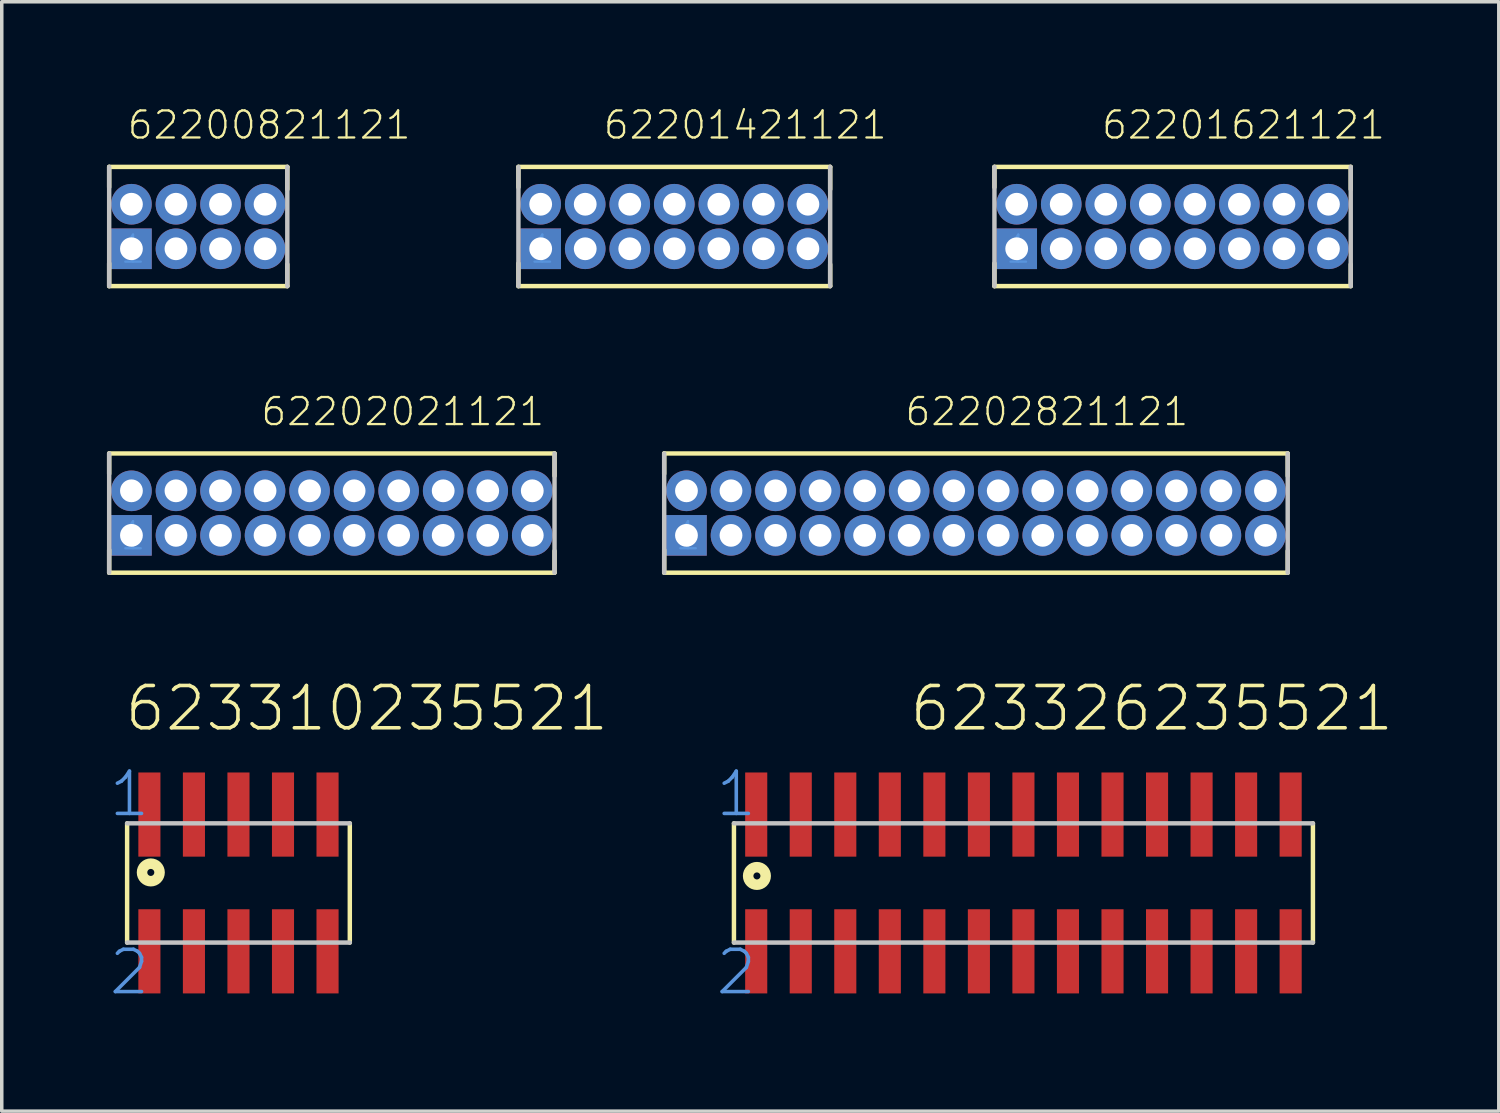
<source format=kicad_pcb>
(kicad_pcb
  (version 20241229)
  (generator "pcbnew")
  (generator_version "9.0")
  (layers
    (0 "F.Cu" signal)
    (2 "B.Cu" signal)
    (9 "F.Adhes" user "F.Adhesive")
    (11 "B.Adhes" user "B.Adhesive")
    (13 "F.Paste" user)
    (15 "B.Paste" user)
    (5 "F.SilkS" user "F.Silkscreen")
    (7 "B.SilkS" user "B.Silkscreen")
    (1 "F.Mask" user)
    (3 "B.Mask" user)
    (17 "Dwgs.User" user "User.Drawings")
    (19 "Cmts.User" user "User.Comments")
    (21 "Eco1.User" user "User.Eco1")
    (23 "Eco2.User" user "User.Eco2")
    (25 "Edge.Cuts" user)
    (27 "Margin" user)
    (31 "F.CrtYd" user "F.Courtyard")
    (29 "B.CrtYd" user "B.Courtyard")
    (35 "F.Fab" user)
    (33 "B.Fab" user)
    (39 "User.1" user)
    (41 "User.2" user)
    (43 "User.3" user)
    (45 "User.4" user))
  (footprint "623326235521"
    (layer "F.Cu")
    (at 26.134 22.128)
    (property "Reference" "623326235521" (at -3.298 -4.272 0) (layer "F.SilkS") (effects (font (size 1.206 1.206) (thickness 0.102)) (justify left bottom)))
    (attr through_hole)
    (fp_line (start -8.255 -1.7) (end -8.255 1.7) (stroke (width 0.127) (type solid)) (layer "F.SilkS"))
    (fp_line (start 8.255 1.7) (end 8.255 -1.7) (stroke (width 0.127) (type solid)) (layer "F.SilkS"))
    (fp_circle (center -7.6 -0.2) (end -7.5 -0.2) (stroke (width 0.3) (type solid)) (fill no) (layer "F.SilkS"))
    (fp_line (start -8.255 1.7) (end 8.255 1.7) (stroke (width 0.127) (type solid)) (layer "Dwgs.User"))
    (fp_line (start 8.255 -1.7) (end -8.255 -1.7) (stroke (width 0.127) (type solid)) (layer "Dwgs.User"))
    (fp_text user "1" (at -8.83 -1.83 0) (layer "Cmts.User") (effects (font (size 1.206 1.206) (thickness 0.102)) (justify left bottom)))
    (fp_text user "2" (at -8.83 3.25 0) (layer "Cmts.User") (effects (font (size 1.206 1.206) (thickness 0.102)) (justify left bottom)))
    (pad "1" smd rect (at -7.62 -1.95) (size 0.63 2.4) (layers "F.Cu" "F.Mask" "F.Paste"))
    (pad "2" smd rect (at -7.62 1.95) (size 0.63 2.4) (layers "F.Cu" "F.Mask" "F.Paste"))
    (pad "3" smd rect (at -6.35 -1.95) (size 0.63 2.4) (layers "F.Cu" "F.Mask" "F.Paste"))
    (pad "4" smd rect (at -6.35 1.95) (size 0.63 2.4) (layers "F.Cu" "F.Mask" "F.Paste"))
    (pad "5" smd rect (at -5.08 1.95) (size 0.63 2.4) (layers "F.Cu" "F.Mask" "F.Paste"))
    (pad "6" smd rect (at -5.08 -1.95) (size 0.63 2.4) (layers "F.Cu" "F.Mask" "F.Paste"))
    (pad "7" smd rect (at -3.81 -1.95) (size 0.63 2.4) (layers "F.Cu" "F.Mask" "F.Paste"))
    (pad "8" smd rect (at -3.81 1.95) (size 0.63 2.4) (layers "F.Cu" "F.Mask" "F.Paste"))
    (pad "9" smd rect (at -2.54 -1.95) (size 0.63 2.4) (layers "F.Cu" "F.Mask" "F.Paste"))
    (pad "10" smd rect (at -2.54 1.95) (size 0.63 2.4) (layers "F.Cu" "F.Mask" "F.Paste"))
    (pad "11" smd rect (at -1.27 1.95) (size 0.63 2.4) (layers "F.Cu" "F.Mask" "F.Paste"))
    (pad "12" smd rect (at -1.27 -1.95) (size 0.63 2.4) (layers "F.Cu" "F.Mask" "F.Paste"))
    (pad "13" smd rect (at 0 -1.95) (size 0.63 2.4) (layers "F.Cu" "F.Mask" "F.Paste"))
    (pad "14" smd rect (at 0 1.95) (size 0.63 2.4) (layers "F.Cu" "F.Mask" "F.Paste"))
    (pad "15" smd rect (at 1.27 1.95) (size 0.63 2.4) (layers "F.Cu" "F.Mask" "F.Paste"))
    (pad "16" smd rect (at 1.27 -1.95) (size 0.63 2.4) (layers "F.Cu" "F.Mask" "F.Paste"))
    (pad "17" smd rect (at 2.54 -1.95) (size 0.63 2.4) (layers "F.Cu" "F.Mask" "F.Paste"))
    (pad "18" smd rect (at 2.54 1.95) (size 0.63 2.4) (layers "F.Cu" "F.Mask" "F.Paste"))
    (pad "19" smd rect (at 3.81 -1.95) (size 0.63 2.4) (layers "F.Cu" "F.Mask" "F.Paste"))
    (pad "20" smd rect (at 3.81 1.95) (size 0.63 2.4) (layers "F.Cu" "F.Mask" "F.Paste"))
    (pad "21" smd rect (at 5.08 1.95) (size 0.63 2.4) (layers "F.Cu" "F.Mask" "F.Paste"))
    (pad "22" smd rect (at 5.08 -1.95) (size 0.63 2.4) (layers "F.Cu" "F.Mask" "F.Paste"))
    (pad "23" smd rect (at 6.35 -1.95) (size 0.63 2.4) (layers "F.Cu" "F.Mask" "F.Paste"))
    (pad "24" smd rect (at 6.35 1.95) (size 0.63 2.4) (layers "F.Cu" "F.Mask" "F.Paste"))
    (pad "25" smd rect (at 7.62 -1.95) (size 0.63 2.4) (layers "F.Cu" "F.Mask" "F.Paste"))
    (pad "26" smd rect (at 7.62 1.95) (size 0.63 2.4) (layers "F.Cu" "F.Mask" "F.Paste")))
  (footprint "62201621121"
    (layer "F.Cu")
    (at 30.387 3.409)
    (property "Reference" "62201621121" (at -2.064 -2.441 0) (layer "F.SilkS") (effects (font (size 0.772 0.772) (thickness 0.065)) (justify left bottom)))
    (attr through_hole)
    (fp_line (start -5.08 -1.12) (end -5.08 -1.7) (stroke (width 0.127) (type solid)) (layer "F.SilkS"))
    (fp_line (start -5.08 1.05) (end -5.08 1.7) (stroke (width 0.127) (type solid)) (layer "F.SilkS"))
    (fp_line (start -5.08 1.7) (end 5.08 1.7) (stroke (width 0.127) (type solid)) (layer "F.SilkS"))
    (fp_line (start 5.08 -1.7) (end -5.08 -1.7) (stroke (width 0.127) (type solid)) (layer "F.SilkS"))
    (fp_line (start 5.08 -1.06) (end 5.08 -1.7) (stroke (width 0.127) (type solid)) (layer "F.SilkS"))
    (fp_line (start 5.08 1.08) (end 5.08 1.7) (stroke (width 0.127) (type solid)) (layer "F.SilkS"))
    (fp_line (start -5.08 -1.7) (end -5.08 1.7) (stroke (width 0.127) (type solid)) (layer "Dwgs.User"))
    (fp_line (start 5.08 1.7) (end 5.08 -1.7) (stroke (width 0.127) (type solid)) (layer "Dwgs.User"))
    (fp_text user "1" (at -4.81 1.1 0) (layer "Cmts.User") (effects (font (size 0.772 0.772) (thickness 0.065)) (justify left bottom)))
    (pad "1" thru_hole rect (at -4.445 0.635) (size 1.158 1.158) (drill 0.65) (layers "*.Cu" "*.Mask"))
    (pad "2" thru_hole circle (at -3.175 0.635) (size 1.158 1.158) (drill 0.65) (layers "*.Cu" "*.Mask"))
    (pad "3" thru_hole circle (at -1.905 0.635) (size 1.158 1.158) (drill 0.65) (layers "*.Cu" "*.Mask"))
    (pad "4" thru_hole circle (at -0.635 0.635) (size 1.158 1.158) (drill 0.65) (layers "*.Cu" "*.Mask"))
    (pad "5" thru_hole circle (at 0.635 0.635) (size 1.158 1.158) (drill 0.65) (layers "*.Cu" "*.Mask"))
    (pad "6" thru_hole circle (at 1.905 0.635) (size 1.158 1.158) (drill 0.65) (layers "*.Cu" "*.Mask"))
    (pad "7" thru_hole circle (at 3.175 0.635) (size 1.158 1.158) (drill 0.65) (layers "*.Cu" "*.Mask"))
    (pad "8" thru_hole circle (at 4.445 0.635) (size 1.158 1.158) (drill 0.65) (layers "*.Cu" "*.Mask"))
    (pad "9" thru_hole circle (at 4.445 -0.635) (size 1.158 1.158) (drill 0.65) (layers "*.Cu" "*.Mask"))
    (pad "10" thru_hole circle (at 3.175 -0.635) (size 1.158 1.158) (drill 0.65) (layers "*.Cu" "*.Mask"))
    (pad "11" thru_hole circle (at 1.905 -0.635) (size 1.158 1.158) (drill 0.65) (layers "*.Cu" "*.Mask"))
    (pad "12" thru_hole circle (at 0.635 -0.635) (size 1.158 1.158) (drill 0.65) (layers "*.Cu" "*.Mask"))
    (pad "13" thru_hole circle (at -0.635 -0.635) (size 1.158 1.158) (drill 0.65) (layers "*.Cu" "*.Mask"))
    (pad "14" thru_hole circle (at -1.905 -0.635) (size 1.158 1.158) (drill 0.65) (layers "*.Cu" "*.Mask"))
    (pad "15" thru_hole circle (at -3.175 -0.635) (size 1.158 1.158) (drill 0.65) (layers "*.Cu" "*.Mask"))
    (pad "16" thru_hole circle (at -4.445 -0.635) (size 1.158 1.158) (drill 0.65) (layers "*.Cu" "*.Mask")))
  (footprint "62202821121"
    (layer "F.Cu")
    (at 24.78 11.581)
    (property "Reference" "62202821121" (at -2.064 -2.441 0) (layer "F.SilkS") (effects (font (size 0.772 0.772) (thickness 0.065)) (justify left bottom)))
    (attr through_hole)
    (fp_line (start -8.89 -1.12) (end -8.89 -1.7) (stroke (width 0.127) (type solid)) (layer "F.SilkS"))
    (fp_line (start -8.89 1.05) (end -8.89 1.7) (stroke (width 0.127) (type solid)) (layer "F.SilkS"))
    (fp_line (start -8.89 1.7) (end 8.89 1.7) (stroke (width 0.127) (type solid)) (layer "F.SilkS"))
    (fp_line (start 8.89 -1.7) (end -8.89 -1.7) (stroke (width 0.127) (type solid)) (layer "F.SilkS"))
    (fp_line (start 8.89 -1.06) (end 8.89 -1.7) (stroke (width 0.127) (type solid)) (layer "F.SilkS"))
    (fp_line (start 8.89 1.08) (end 8.89 1.7) (stroke (width 0.127) (type solid)) (layer "F.SilkS"))
    (fp_line (start -8.89 -1.7) (end -8.89 1.7) (stroke (width 0.127) (type solid)) (layer "Dwgs.User"))
    (fp_line (start 8.89 1.7) (end 8.89 -1.7) (stroke (width 0.127) (type solid)) (layer "Dwgs.User"))
    (fp_text user "1" (at -8.62 1.1 0) (layer "Cmts.User") (effects (font (size 0.772 0.772) (thickness 0.065)) (justify left bottom)))
    (pad "1" thru_hole rect (at -8.255 0.635) (size 1.158 1.158) (drill 0.65) (layers "*.Cu" "*.Mask"))
    (pad "2" thru_hole circle (at -6.985 0.635) (size 1.158 1.158) (drill 0.65) (layers "*.Cu" "*.Mask"))
    (pad "3" thru_hole circle (at -5.715 0.635) (size 1.158 1.158) (drill 0.65) (layers "*.Cu" "*.Mask"))
    (pad "4" thru_hole circle (at -4.445 0.635) (size 1.158 1.158) (drill 0.65) (layers "*.Cu" "*.Mask"))
    (pad "5" thru_hole circle (at -3.175 0.635) (size 1.158 1.158) (drill 0.65) (layers "*.Cu" "*.Mask"))
    (pad "6" thru_hole circle (at -1.905 0.635) (size 1.158 1.158) (drill 0.65) (layers "*.Cu" "*.Mask"))
    (pad "7" thru_hole circle (at -0.635 0.635) (size 1.158 1.158) (drill 0.65) (layers "*.Cu" "*.Mask"))
    (pad "8" thru_hole circle (at 0.635 0.635) (size 1.158 1.158) (drill 0.65) (layers "*.Cu" "*.Mask"))
    (pad "9" thru_hole circle (at 1.905 0.635) (size 1.158 1.158) (drill 0.65) (layers "*.Cu" "*.Mask"))
    (pad "10" thru_hole circle (at 3.175 0.635) (size 1.158 1.158) (drill 0.65) (layers "*.Cu" "*.Mask"))
    (pad "11" thru_hole circle (at 4.445 0.635) (size 1.158 1.158) (drill 0.65) (layers "*.Cu" "*.Mask"))
    (pad "12" thru_hole circle (at 5.715 0.635) (size 1.158 1.158) (drill 0.65) (layers "*.Cu" "*.Mask"))
    (pad "13" thru_hole circle (at 6.985 0.635) (size 1.158 1.158) (drill 0.65) (layers "*.Cu" "*.Mask"))
    (pad "14" thru_hole circle (at 8.255 0.635) (size 1.158 1.158) (drill 0.65) (layers "*.Cu" "*.Mask"))
    (pad "15" thru_hole circle (at 8.255 -0.635) (size 1.158 1.158) (drill 0.65) (layers "*.Cu" "*.Mask"))
    (pad "16" thru_hole circle (at 6.985 -0.635) (size 1.158 1.158) (drill 0.65) (layers "*.Cu" "*.Mask"))
    (pad "17" thru_hole circle (at 5.715 -0.635) (size 1.158 1.158) (drill 0.65) (layers "*.Cu" "*.Mask"))
    (pad "18" thru_hole circle (at 4.445 -0.635) (size 1.158 1.158) (drill 0.65) (layers "*.Cu" "*.Mask"))
    (pad "19" thru_hole circle (at 3.175 -0.635) (size 1.158 1.158) (drill 0.65) (layers "*.Cu" "*.Mask"))
    (pad "20" thru_hole circle (at 1.905 -0.635) (size 1.158 1.158) (drill 0.65) (layers "*.Cu" "*.Mask"))
    (pad "21" thru_hole circle (at 0.635 -0.635) (size 1.158 1.158) (drill 0.65) (layers "*.Cu" "*.Mask"))
    (pad "22" thru_hole circle (at -0.635 -0.635) (size 1.158 1.158) (drill 0.65) (layers "*.Cu" "*.Mask"))
    (pad "23" thru_hole circle (at -1.905 -0.635) (size 1.158 1.158) (drill 0.65) (layers "*.Cu" "*.Mask"))
    (pad "24" thru_hole circle (at -3.175 -0.635) (size 1.158 1.158) (drill 0.65) (layers "*.Cu" "*.Mask"))
    (pad "25" thru_hole circle (at -4.445 -0.635) (size 1.158 1.158) (drill 0.65) (layers "*.Cu" "*.Mask"))
    (pad "26" thru_hole circle (at -5.715 -0.635) (size 1.158 1.158) (drill 0.65) (layers "*.Cu" "*.Mask"))
    (pad "27" thru_hole circle (at -6.985 -0.635) (size 1.158 1.158) (drill 0.65) (layers "*.Cu" "*.Mask"))
    (pad "28" thru_hole circle (at -8.255 -0.635) (size 1.158 1.158) (drill 0.65) (layers "*.Cu" "*.Mask")))
  (footprint "623310235521"
    (layer "F.Cu")
    (at 3.75 22.128)
    (property "Reference" "623310235521" (at -3.298 -4.272 0) (layer "F.SilkS") (effects (font (size 1.206 1.206) (thickness 0.102)) (justify left bottom)))
    (attr through_hole)
    (fp_line (start -3.175 -1.7) (end -3.175 1.7) (stroke (width 0.127) (type solid)) (layer "F.SilkS"))
    (fp_line (start 3.175 1.7) (end 3.175 -1.7) (stroke (width 0.127) (type solid)) (layer "F.SilkS"))
    (fp_circle (center -2.5 -0.3) (end -2.4 -0.3) (stroke (width 0.3) (type solid)) (fill no) (layer "F.SilkS"))
    (fp_line (start -3.175 1.7) (end 3.175 1.7) (stroke (width 0.127) (type solid)) (layer "Dwgs.User"))
    (fp_line (start 3.175 -1.7) (end -3.175 -1.7) (stroke (width 0.127) (type solid)) (layer "Dwgs.User"))
    (fp_text user "2" (at -3.75 3.25 0) (layer "Cmts.User") (effects (font (size 1.206 1.206) (thickness 0.102)) (justify left bottom)))
    (fp_text user "1" (at -3.75 -1.83 0) (layer "Cmts.User") (effects (font (size 1.206 1.206) (thickness 0.102)) (justify left bottom)))
    (pad "1" smd rect (at -2.54 -1.95) (size 0.63 2.4) (layers "F.Cu" "F.Mask" "F.Paste"))
    (pad "2" smd rect (at -2.54 1.95) (size 0.63 2.4) (layers "F.Cu" "F.Mask" "F.Paste"))
    (pad "3" smd rect (at -1.27 -1.95) (size 0.63 2.4) (layers "F.Cu" "F.Mask" "F.Paste"))
    (pad "4" smd rect (at -1.27 1.95) (size 0.63 2.4) (layers "F.Cu" "F.Mask" "F.Paste"))
    (pad "5" smd rect (at 0 1.95) (size 0.63 2.4) (layers "F.Cu" "F.Mask" "F.Paste"))
    (pad "6" smd rect (at 0 -1.95) (size 0.63 2.4) (layers "F.Cu" "F.Mask" "F.Paste"))
    (pad "7" smd rect (at 1.27 -1.95) (size 0.63 2.4) (layers "F.Cu" "F.Mask" "F.Paste"))
    (pad "8" smd rect (at 1.27 1.95) (size 0.63 2.4) (layers "F.Cu" "F.Mask" "F.Paste"))
    (pad "9" smd rect (at 2.54 -1.95) (size 0.63 2.4) (layers "F.Cu" "F.Mask" "F.Paste"))
    (pad "10" smd rect (at 2.54 1.95) (size 0.63 2.4) (layers "F.Cu" "F.Mask" "F.Paste")))
  (footprint "62201421121"
    (layer "F.Cu")
    (at 16.813 3.409)
    (property "Reference" "62201421121" (at -2.699 -2.441 0) (layer "F.SilkS") (effects (font (size 0.772 0.772) (thickness 0.065)) (justify left bottom)))
    (attr through_hole)
    (fp_line (start -5.08 -1.12) (end -5.08 -1.7) (stroke (width 0.127) (type solid)) (layer "F.SilkS"))
    (fp_line (start -5.08 1.05) (end -5.08 1.7) (stroke (width 0.127) (type solid)) (layer "F.SilkS"))
    (fp_line (start -5.08 1.7) (end 3.81 1.7) (stroke (width 0.127) (type solid)) (layer "F.SilkS"))
    (fp_line (start 3.81 -1.7) (end -5.08 -1.7) (stroke (width 0.127) (type solid)) (layer "F.SilkS"))
    (fp_line (start 3.81 -1.06) (end 3.81 -1.7) (stroke (width 0.127) (type solid)) (layer "F.SilkS"))
    (fp_line (start 3.81 1.08) (end 3.81 1.7) (stroke (width 0.127) (type solid)) (layer "F.SilkS"))
    (fp_line (start -5.08 -1.7) (end -5.08 1.7) (stroke (width 0.127) (type solid)) (layer "Dwgs.User"))
    (fp_line (start 3.81 1.7) (end 3.81 -1.7) (stroke (width 0.127) (type solid)) (layer "Dwgs.User"))
    (fp_text user "1" (at -4.81 1.1 0) (layer "Cmts.User") (effects (font (size 0.772 0.772) (thickness 0.065)) (justify left bottom)))
    (pad "1" thru_hole rect (at -4.445 0.635) (size 1.158 1.158) (drill 0.65) (layers "*.Cu" "*.Mask"))
    (pad "2" thru_hole circle (at -3.175 0.635) (size 1.158 1.158) (drill 0.65) (layers "*.Cu" "*.Mask"))
    (pad "3" thru_hole circle (at -1.905 0.635) (size 1.158 1.158) (drill 0.65) (layers "*.Cu" "*.Mask"))
    (pad "4" thru_hole circle (at -0.635 0.635) (size 1.158 1.158) (drill 0.65) (layers "*.Cu" "*.Mask"))
    (pad "5" thru_hole circle (at 0.635 0.635) (size 1.158 1.158) (drill 0.65) (layers "*.Cu" "*.Mask"))
    (pad "6" thru_hole circle (at 1.905 0.635) (size 1.158 1.158) (drill 0.65) (layers "*.Cu" "*.Mask"))
    (pad "7" thru_hole circle (at 3.175 0.635) (size 1.158 1.158) (drill 0.65) (layers "*.Cu" "*.Mask"))
    (pad "8" thru_hole circle (at 3.175 -0.635) (size 1.158 1.158) (drill 0.65) (layers "*.Cu" "*.Mask"))
    (pad "9" thru_hole circle (at 1.905 -0.635) (size 1.158 1.158) (drill 0.65) (layers "*.Cu" "*.Mask"))
    (pad "10" thru_hole circle (at 0.635 -0.635) (size 1.158 1.158) (drill 0.65) (layers "*.Cu" "*.Mask"))
    (pad "11" thru_hole circle (at -0.635 -0.635) (size 1.158 1.158) (drill 0.65) (layers "*.Cu" "*.Mask"))
    (pad "12" thru_hole circle (at -1.905 -0.635) (size 1.158 1.158) (drill 0.65) (layers "*.Cu" "*.Mask"))
    (pad "13" thru_hole circle (at -3.175 -0.635) (size 1.158 1.158) (drill 0.65) (layers "*.Cu" "*.Mask"))
    (pad "14" thru_hole circle (at -4.445 -0.635) (size 1.158 1.158) (drill 0.65) (layers "*.Cu" "*.Mask")))
  (footprint "62202021121"
    (layer "F.Cu")
    (at 6.413 11.581)
    (property "Reference" "62202021121" (at -2.064 -2.441 0) (layer "F.SilkS") (effects (font (size 0.772 0.772) (thickness 0.065)) (justify left bottom)))
    (attr through_hole)
    (fp_line (start -6.35 -1.12) (end -6.35 -1.7) (stroke (width 0.127) (type solid)) (layer "F.SilkS"))
    (fp_line (start -6.35 1.05) (end -6.35 1.7) (stroke (width 0.127) (type solid)) (layer "F.SilkS"))
    (fp_line (start -6.35 1.7) (end 6.35 1.7) (stroke (width 0.127) (type solid)) (layer "F.SilkS"))
    (fp_line (start 6.35 -1.7) (end -6.35 -1.7) (stroke (width 0.127) (type solid)) (layer "F.SilkS"))
    (fp_line (start 6.35 -1.06) (end 6.35 -1.7) (stroke (width 0.127) (type solid)) (layer "F.SilkS"))
    (fp_line (start 6.35 1.08) (end 6.35 1.7) (stroke (width 0.127) (type solid)) (layer "F.SilkS"))
    (fp_line (start -6.35 -1.7) (end -6.35 1.7) (stroke (width 0.127) (type solid)) (layer "Dwgs.User"))
    (fp_line (start 6.35 1.7) (end 6.35 -1.7) (stroke (width 0.127) (type solid)) (layer "Dwgs.User"))
    (fp_text user "1" (at -6.08 1.1 0) (layer "Cmts.User") (effects (font (size 0.772 0.772) (thickness 0.065)) (justify left bottom)))
    (pad "1" thru_hole rect (at -5.715 0.635) (size 1.158 1.158) (drill 0.65) (layers "*.Cu" "*.Mask"))
    (pad "2" thru_hole circle (at -4.445 0.635) (size 1.158 1.158) (drill 0.65) (layers "*.Cu" "*.Mask"))
    (pad "3" thru_hole circle (at -3.175 0.635) (size 1.158 1.158) (drill 0.65) (layers "*.Cu" "*.Mask"))
    (pad "4" thru_hole circle (at -1.905 0.635) (size 1.158 1.158) (drill 0.65) (layers "*.Cu" "*.Mask"))
    (pad "5" thru_hole circle (at -0.635 0.635) (size 1.158 1.158) (drill 0.65) (layers "*.Cu" "*.Mask"))
    (pad "6" thru_hole circle (at 0.635 0.635) (size 1.158 1.158) (drill 0.65) (layers "*.Cu" "*.Mask"))
    (pad "7" thru_hole circle (at 1.905 0.635) (size 1.158 1.158) (drill 0.65) (layers "*.Cu" "*.Mask"))
    (pad "8" thru_hole circle (at 3.175 0.635) (size 1.158 1.158) (drill 0.65) (layers "*.Cu" "*.Mask"))
    (pad "9" thru_hole circle (at 4.445 0.635) (size 1.158 1.158) (drill 0.65) (layers "*.Cu" "*.Mask"))
    (pad "10" thru_hole circle (at 5.715 0.635) (size 1.158 1.158) (drill 0.65) (layers "*.Cu" "*.Mask"))
    (pad "11" thru_hole circle (at 5.715 -0.635) (size 1.158 1.158) (drill 0.65) (layers "*.Cu" "*.Mask"))
    (pad "12" thru_hole circle (at 4.445 -0.635) (size 1.158 1.158) (drill 0.65) (layers "*.Cu" "*.Mask"))
    (pad "13" thru_hole circle (at 3.175 -0.635) (size 1.158 1.158) (drill 0.65) (layers "*.Cu" "*.Mask"))
    (pad "14" thru_hole circle (at 1.905 -0.635) (size 1.158 1.158) (drill 0.65) (layers "*.Cu" "*.Mask"))
    (pad "15" thru_hole circle (at 0.635 -0.635) (size 1.158 1.158) (drill 0.65) (layers "*.Cu" "*.Mask"))
    (pad "16" thru_hole circle (at -0.635 -0.635) (size 1.158 1.158) (drill 0.65) (layers "*.Cu" "*.Mask"))
    (pad "17" thru_hole circle (at -1.905 -0.635) (size 1.158 1.158) (drill 0.65) (layers "*.Cu" "*.Mask"))
    (pad "18" thru_hole circle (at -3.175 -0.635) (size 1.158 1.158) (drill 0.65) (layers "*.Cu" "*.Mask"))
    (pad "19" thru_hole circle (at -4.445 -0.635) (size 1.158 1.158) (drill 0.65) (layers "*.Cu" "*.Mask"))
    (pad "20" thru_hole circle (at -5.715 -0.635) (size 1.158 1.158) (drill 0.65) (layers "*.Cu" "*.Mask")))
  (footprint "62200821121"
    (layer "F.Cu")
    (at 2.603 3.409)
    (property "Reference" "62200821121" (at -2.064 -2.441 0) (layer "F.SilkS") (effects (font (size 0.772 0.772) (thickness 0.065)) (justify left bottom)))
    (attr through_hole)
    (fp_line (start -2.54 -1.12) (end -2.54 -1.7) (stroke (width 0.127) (type solid)) (layer "F.SilkS"))
    (fp_line (start -2.54 1.05) (end -2.54 1.7) (stroke (width 0.127) (type solid)) (layer "F.SilkS"))
    (fp_line (start -2.54 1.7) (end 2.54 1.7) (stroke (width 0.127) (type solid)) (layer "F.SilkS"))
    (fp_line (start 2.54 -1.7) (end -2.54 -1.7) (stroke (width 0.127) (type solid)) (layer "F.SilkS"))
    (fp_line (start 2.54 -1.06) (end 2.54 -1.7) (stroke (width 0.127) (type solid)) (layer "F.SilkS"))
    (fp_line (start 2.54 1.08) (end 2.54 1.7) (stroke (width 0.127) (type solid)) (layer "F.SilkS"))
    (fp_line (start -2.54 -1.7) (end -2.54 1.7) (stroke (width 0.127) (type solid)) (layer "Dwgs.User"))
    (fp_line (start 2.54 1.7) (end 2.54 -1.7) (stroke (width 0.127) (type solid)) (layer "Dwgs.User"))
    (fp_text user "1" (at -2.27 1.1 0) (layer "Cmts.User") (effects (font (size 0.772 0.772) (thickness 0.065)) (justify left bottom)))
    (pad "1" thru_hole rect (at -1.905 0.635) (size 1.158 1.158) (drill 0.65) (layers "*.Cu" "*.Mask"))
    (pad "2" thru_hole circle (at -0.635 0.635) (size 1.158 1.158) (drill 0.65) (layers "*.Cu" "*.Mask"))
    (pad "3" thru_hole circle (at 0.635 0.635) (size 1.158 1.158) (drill 0.65) (layers "*.Cu" "*.Mask"))
    (pad "4" thru_hole circle (at 1.905 0.635) (size 1.158 1.158) (drill 0.65) (layers "*.Cu" "*.Mask"))
    (pad "5" thru_hole circle (at 1.905 -0.635) (size 1.158 1.158) (drill 0.65) (layers "*.Cu" "*.Mask"))
    (pad "6" thru_hole circle (at 0.635 -0.635) (size 1.158 1.158) (drill 0.65) (layers "*.Cu" "*.Mask"))
    (pad "7" thru_hole circle (at -0.635 -0.635) (size 1.158 1.158) (drill 0.65) (layers "*.Cu" "*.Mask"))
    (pad "8" thru_hole circle (at -1.905 -0.635) (size 1.158 1.158) (drill 0.65) (layers "*.Cu" "*.Mask")))
  (gr_rect
    (start -3 -3)
    (end 39.689 28.635)
    (stroke (width 0.1) (type default))
    (fill no)
    (layer "Edge.Cuts")))
</source>
